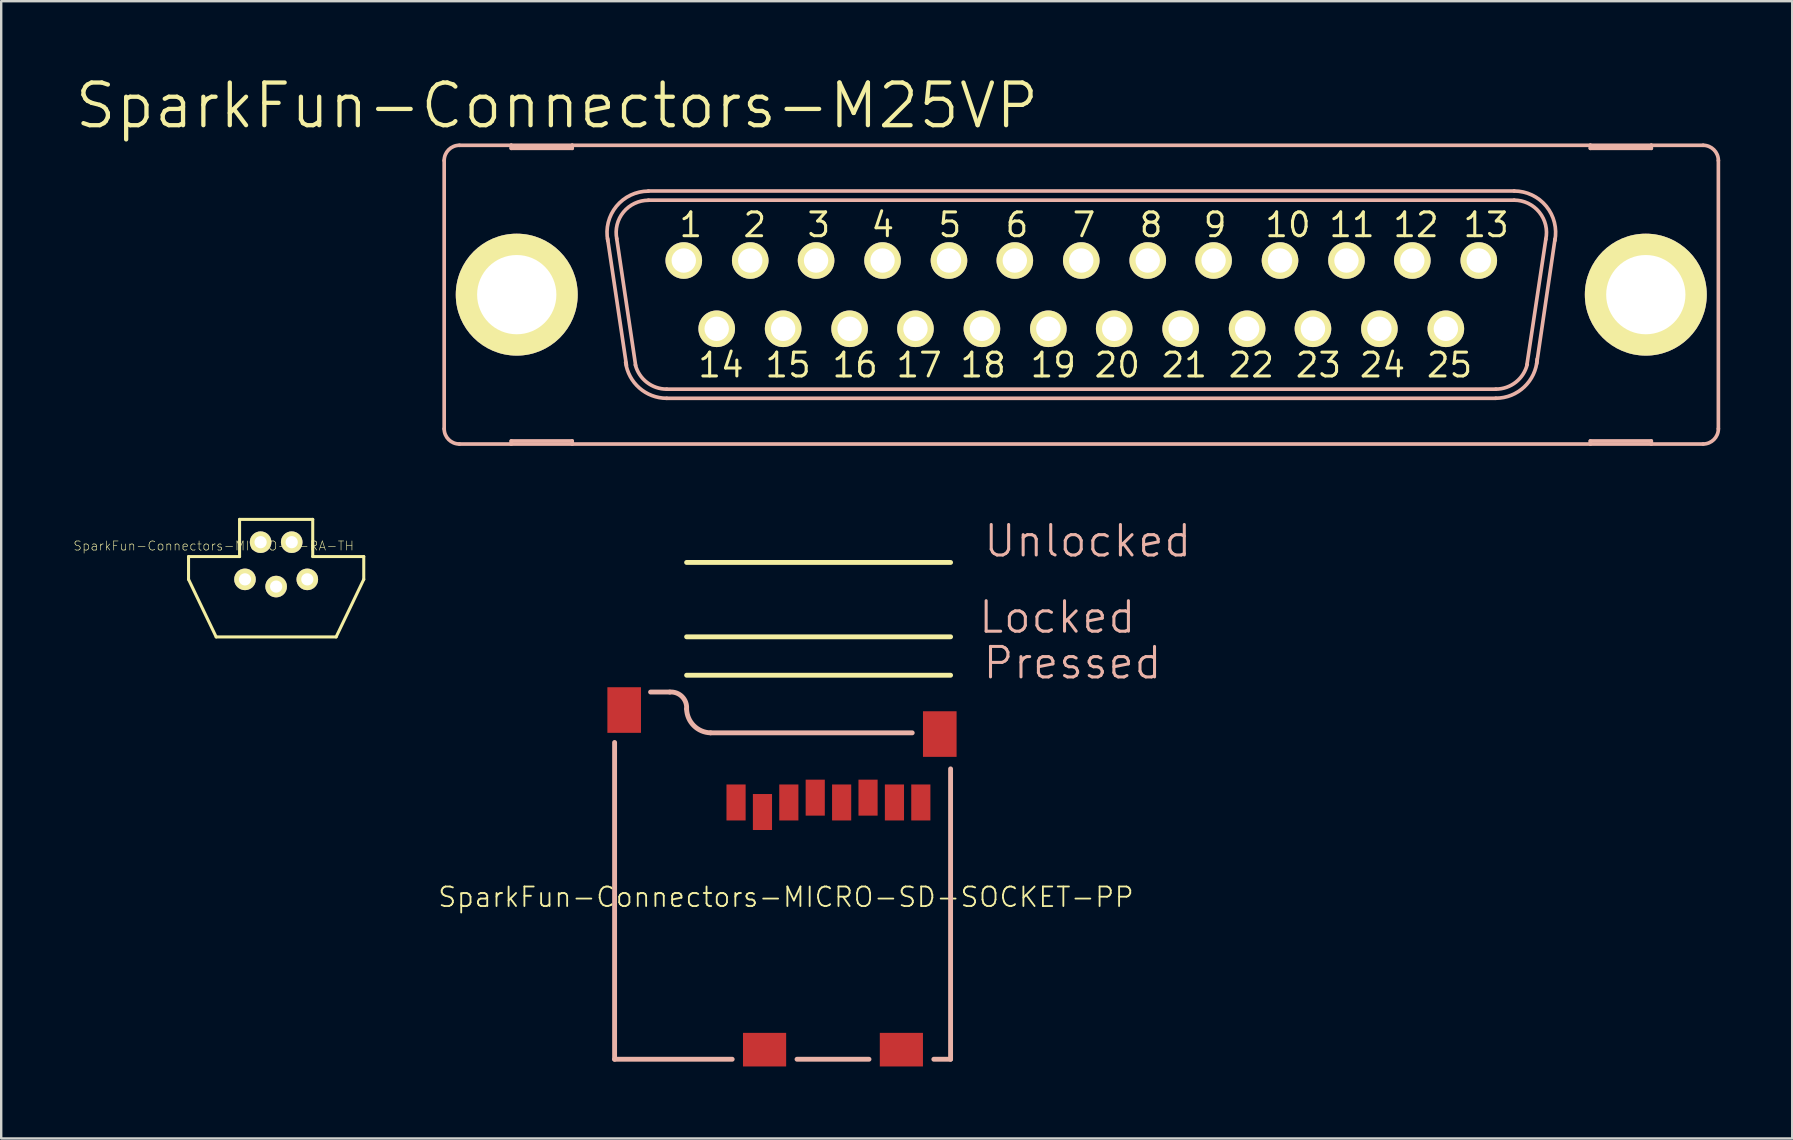
<source format=kicad_pcb>
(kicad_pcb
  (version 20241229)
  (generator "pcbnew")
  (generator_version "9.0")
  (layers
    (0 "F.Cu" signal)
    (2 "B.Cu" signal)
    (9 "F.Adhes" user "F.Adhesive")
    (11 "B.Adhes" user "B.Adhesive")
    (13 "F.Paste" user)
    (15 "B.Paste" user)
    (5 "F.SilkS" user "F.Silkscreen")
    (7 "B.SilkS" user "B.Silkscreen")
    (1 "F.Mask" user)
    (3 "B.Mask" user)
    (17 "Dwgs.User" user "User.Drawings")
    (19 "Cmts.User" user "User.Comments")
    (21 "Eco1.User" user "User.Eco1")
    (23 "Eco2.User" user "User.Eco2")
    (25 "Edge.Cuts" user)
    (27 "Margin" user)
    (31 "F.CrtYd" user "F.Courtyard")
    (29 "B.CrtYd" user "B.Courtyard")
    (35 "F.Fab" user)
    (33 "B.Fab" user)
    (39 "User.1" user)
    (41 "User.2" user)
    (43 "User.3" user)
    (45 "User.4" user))
  (footprint "SparkFun-Connectors-MICRO-B-RA-TH"
    (layer "F.Cu")
    (at 8.455 20.138)
    (property "Reference" "SparkFun-Connectors-MICRO-B-RA-TH" (at -2.603 -0.445 180) (layer "F.SilkS") (effects (font (size 0.381 0.381) (thickness 0.025))))
    (attr exclude_from_pos_files exclude_from_bom)
    (fp_line (start -3.65 0) (end -3.65 0.95) (stroke (width 0.127) (type solid)) (layer "F.SilkS"))
    (fp_line (start -3.65 0.95) (end -2.499 3.348) (stroke (width 0.127) (type solid)) (layer "F.SilkS"))
    (fp_line (start -2.499 3.348) (end 2.499 3.348) (stroke (width 0.127) (type solid)) (layer "F.SilkS"))
    (fp_line (start -1.524 -1.549) (end 1.524 -1.549) (stroke (width 0.127) (type solid)) (layer "F.SilkS"))
    (fp_line (start -1.524 0) (end -3.65 0) (stroke (width 0.127) (type solid)) (layer "F.SilkS"))
    (fp_line (start -1.524 0) (end -1.524 -1.549) (stroke (width 0.127) (type solid)) (layer "F.SilkS"))
    (fp_line (start 1.524 0) (end 1.524 -1.549) (stroke (width 0.127) (type solid)) (layer "F.SilkS"))
    (fp_line (start 1.524 0) (end 3.65 0) (stroke (width 0.127) (type solid)) (layer "F.SilkS"))
    (fp_line (start 3.65 0) (end 3.65 0.95) (stroke (width 0.127) (type solid)) (layer "F.SilkS"))
    (fp_line (start 3.65 0.95) (end 2.499 3.348) (stroke (width 0.127) (type solid)) (layer "F.SilkS"))
    (pad "1" thru_hole circle (at -1.298 0.95) (size 0.899 0.899) (drill 0.508) (layers "*.Cu" "F.Mask" "F.SilkS" "F.Paste"))
    (pad "2" thru_hole circle (at -0.648 -0.599) (size 0.899 0.899) (drill 0.508) (layers "*.Cu" "F.Mask" "F.SilkS" "F.Paste"))
    (pad "3" thru_hole circle (at 0 1.25) (size 0.899 0.899) (drill 0.508) (layers "*.Cu" "F.Mask" "F.SilkS" "F.Paste"))
    (pad "4" thru_hole circle (at 0.648 -0.599) (size 0.899 0.899) (drill 0.508) (layers "*.Cu" "F.Mask" "F.SilkS" "F.Paste"))
    (pad "5" thru_hole circle (at 1.298 0.95) (size 0.899 0.899) (drill 0.508) (layers "*.Cu" "F.Mask" "F.SilkS" "F.Paste")))
  (footprint "SparkFun-Connectors-M25VP"
    (layer "F.Cu")
    (at 41.999 9.226)
    (property "Reference" "SparkFun-Connectors-M25VP" (at -21.844 -7.874 0) (layer "F.SilkS") (effects (font (size 1.778 1.778) (thickness 0.178))))
    (attr exclude_from_pos_files exclude_from_bom)
    (fp_circle (center -16.561 -1.422) (end -16.688 -1.549) (stroke (width 0.203) (type solid)) (fill no) (layer "F.SilkS"))
    (fp_circle (center -15.189 1.422) (end -15.316 1.549) (stroke (width 0.203) (type solid)) (fill no) (layer "F.SilkS"))
    (fp_circle (center -13.792 -1.422) (end -13.919 -1.549) (stroke (width 0.203) (type solid)) (fill no) (layer "F.SilkS"))
    (fp_circle (center -12.421 1.422) (end -12.548 1.549) (stroke (width 0.203) (type solid)) (fill no) (layer "F.SilkS"))
    (fp_circle (center -11.049 -1.422) (end -11.176 -1.549) (stroke (width 0.203) (type solid)) (fill no) (layer "F.SilkS"))
    (fp_circle (center -9.652 1.422) (end -9.779 1.549) (stroke (width 0.203) (type solid)) (fill no) (layer "F.SilkS"))
    (fp_circle (center -8.28 -1.422) (end -8.407 -1.549) (stroke (width 0.203) (type solid)) (fill no) (layer "F.SilkS"))
    (fp_circle (center -6.909 1.422) (end -7.036 1.549) (stroke (width 0.203) (type solid)) (fill no) (layer "F.SilkS"))
    (fp_circle (center -5.512 -1.422) (end -5.639 -1.549) (stroke (width 0.203) (type solid)) (fill no) (layer "F.SilkS"))
    (fp_circle (center -4.14 1.422) (end -4.267 1.549) (stroke (width 0.203) (type solid)) (fill no) (layer "F.SilkS"))
    (fp_circle (center -2.769 -1.422) (end -2.896 -1.549) (stroke (width 0.203) (type solid)) (fill no) (layer "F.SilkS"))
    (fp_circle (center -1.372 1.422) (end -1.499 1.549) (stroke (width 0.203) (type solid)) (fill no) (layer "F.SilkS"))
    (fp_circle (center 0 -1.422) (end -0.127 -1.549) (stroke (width 0.203) (type solid)) (fill no) (layer "F.SilkS"))
    (fp_circle (center 1.372 1.422) (end 1.499 1.549) (stroke (width 0.203) (type solid)) (fill no) (layer "F.SilkS"))
    (fp_circle (center 2.769 -1.422) (end 2.896 -1.549) (stroke (width 0.203) (type solid)) (fill no) (layer "F.SilkS"))
    (fp_circle (center 4.14 1.422) (end 4.267 1.549) (stroke (width 0.203) (type solid)) (fill no) (layer "F.SilkS"))
    (fp_circle (center 5.512 -1.422) (end 5.639 -1.549) (stroke (width 0.203) (type solid)) (fill no) (layer "F.SilkS"))
    (fp_circle (center 6.909 1.422) (end 7.036 1.549) (stroke (width 0.203) (type solid)) (fill no) (layer "F.SilkS"))
    (fp_circle (center 8.28 -1.422) (end 8.407 -1.549) (stroke (width 0.203) (type solid)) (fill no) (layer "F.SilkS"))
    (fp_circle (center 9.652 1.422) (end 9.779 1.549) (stroke (width 0.203) (type solid)) (fill no) (layer "F.SilkS"))
    (fp_circle (center 11.049 -1.422) (end 11.176 -1.549) (stroke (width 0.203) (type solid)) (fill no) (layer "F.SilkS"))
    (fp_circle (center 12.421 1.422) (end 12.548 1.549) (stroke (width 0.203) (type solid)) (fill no) (layer "F.SilkS"))
    (fp_circle (center 13.792 -1.422) (end 13.919 -1.549) (stroke (width 0.203) (type solid)) (fill no) (layer "F.SilkS"))
    (fp_circle (center 15.189 1.422) (end 15.316 1.549) (stroke (width 0.203) (type solid)) (fill no) (layer "F.SilkS"))
    (fp_circle (center 16.561 -1.422) (end 16.688 -1.549) (stroke (width 0.203) (type solid)) (fill no) (layer "F.SilkS"))
    (fp_line (start -26.543 -5.588) (end -26.543 5.588) (stroke (width 0.152) (type solid)) (layer "B.SilkS"))
    (fp_line (start -25.908 6.223) (end -23.749 6.223) (stroke (width 0.152) (type solid)) (layer "B.SilkS"))
    (fp_line (start -23.749 -6.223) (end -25.908 -6.223) (stroke (width 0.152) (type solid)) (layer "B.SilkS"))
    (fp_line (start -23.749 -6.223) (end -23.749 -6.096) (stroke (width 0.152) (type solid)) (layer "B.SilkS"))
    (fp_line (start -23.749 -6.096) (end -21.209 -6.096) (stroke (width 0.152) (type solid)) (layer "B.SilkS"))
    (fp_line (start -23.749 6.096) (end -21.209 6.096) (stroke (width 0.152) (type solid)) (layer "B.SilkS"))
    (fp_line (start -23.749 6.223) (end -23.749 6.096) (stroke (width 0.152) (type solid)) (layer "B.SilkS"))
    (fp_line (start -23.749 6.223) (end -21.209 6.223) (stroke (width 0.152) (type solid)) (layer "B.SilkS"))
    (fp_line (start -21.209 -6.223) (end -23.749 -6.223) (stroke (width 0.152) (type solid)) (layer "B.SilkS"))
    (fp_line (start -21.209 -6.096) (end -21.209 -6.223) (stroke (width 0.152) (type solid)) (layer "B.SilkS"))
    (fp_line (start -21.209 6.096) (end -21.209 6.223) (stroke (width 0.152) (type solid)) (layer "B.SilkS"))
    (fp_line (start -21.209 6.223) (end 21.209 6.223) (stroke (width 0.152) (type solid)) (layer "B.SilkS"))
    (fp_line (start -18.948 2.946) (end -19.736 -2.337) (stroke (width 0.152) (type solid)) (layer "B.SilkS"))
    (fp_line (start -18.567 2.946) (end -19.355 -2.337) (stroke (width 0.152) (type solid)) (layer "B.SilkS"))
    (fp_line (start -18.034 -4.318) (end 18.034 -4.318) (stroke (width 0.152) (type solid)) (layer "B.SilkS"))
    (fp_line (start -18.034 -3.937) (end 18.034 -3.937) (stroke (width 0.152) (type solid)) (layer "B.SilkS"))
    (fp_line (start -17.272 3.937) (end 17.272 3.937) (stroke (width 0.152) (type solid)) (layer "B.SilkS"))
    (fp_line (start -17.272 4.318) (end 17.272 4.318) (stroke (width 0.152) (type solid)) (layer "B.SilkS"))
    (fp_line (start 19.355 -2.311) (end 18.567 2.921) (stroke (width 0.152) (type solid)) (layer "B.SilkS"))
    (fp_line (start 19.736 -2.311) (end 18.974 2.87) (stroke (width 0.152) (type solid)) (layer "B.SilkS"))
    (fp_line (start 21.209 -6.223) (end -21.209 -6.223) (stroke (width 0.152) (type solid)) (layer "B.SilkS"))
    (fp_line (start 21.209 -6.223) (end 21.209 -6.096) (stroke (width 0.152) (type solid)) (layer "B.SilkS"))
    (fp_line (start 21.209 -6.096) (end 23.749 -6.096) (stroke (width 0.152) (type solid)) (layer "B.SilkS"))
    (fp_line (start 21.209 6.096) (end 23.749 6.096) (stroke (width 0.152) (type solid)) (layer "B.SilkS"))
    (fp_line (start 21.209 6.223) (end 21.209 6.096) (stroke (width 0.152) (type solid)) (layer "B.SilkS"))
    (fp_line (start 21.209 6.223) (end 23.749 6.223) (stroke (width 0.152) (type solid)) (layer "B.SilkS"))
    (fp_line (start 23.749 -6.223) (end 21.209 -6.223) (stroke (width 0.152) (type solid)) (layer "B.SilkS"))
    (fp_line (start 23.749 -6.096) (end 23.749 -6.223) (stroke (width 0.152) (type solid)) (layer "B.SilkS"))
    (fp_line (start 23.749 6.096) (end 23.749 6.223) (stroke (width 0.152) (type solid)) (layer "B.SilkS"))
    (fp_line (start 23.749 6.223) (end 25.908 6.223) (stroke (width 0.152) (type solid)) (layer "B.SilkS"))
    (fp_line (start 25.908 -6.223) (end 23.749 -6.223) (stroke (width 0.152) (type solid)) (layer "B.SilkS"))
    (fp_line (start 26.543 -5.588) (end 26.543 5.588) (stroke (width 0.152) (type solid)) (layer "B.SilkS"))
    (fp_arc (start -26.543 -5.588) (mid -26.357013 -6.037013) (end -25.908 -6.223) (stroke (width 0.1524) (type solid)) (layer "B.SilkS"))
    (fp_arc (start -25.908 6.223) (mid -26.357013 6.037013) (end -26.543 5.588) (stroke (width 0.1524) (type solid)) (layer "B.SilkS"))
    (fp_arc (start -19.72564 -2.25044) (mid -19.367826 -3.682187) (end -18.033801 -4.313302) (stroke (width 0.1524) (type solid)) (layer "B.SilkS"))
    (fp_arc (start -19.35226 -2.32664) (mid -19.072158 -3.441772) (end -18.03224 -3.932229) (stroke (width 0.1524) (type solid)) (layer "B.SilkS"))
    (fp_arc (start -17.272 3.937) (mid -18.096791 3.655415) (end -18.577188 2.928236) (stroke (width 0.1524) (type solid)) (layer "B.SilkS"))
    (fp_arc (start -17.272 4.318) (mid -18.410733 3.888069) (end -18.984341 2.814511) (stroke (width 0.1524) (type solid)) (layer "B.SilkS"))
    (fp_arc (start 18.034 -4.318) (mid 19.370628 -3.686179) (end 19.730797 -2.252285) (stroke (width 0.1524) (type solid)) (layer "B.SilkS"))
    (fp_arc (start 18.034 -3.937) (mid 19.083648 -3.435219) (end 19.35228 -2.303238) (stroke (width 0.1524) (type solid)) (layer "B.SilkS"))
    (fp_arc (start 18.5801 2.90322) (mid 18.104662 3.646284) (end 17.271518 3.936211) (stroke (width 0.1524) (type solid)) (layer "B.SilkS"))
    (fp_arc (start 18.99412 2.68478) (mid 18.456237 3.843381) (end 17.269364 4.315619) (stroke (width 0.1524) (type solid)) (layer "B.SilkS"))
    (fp_arc (start 25.908 -6.223) (mid 26.357013 -6.037013) (end 26.543 -5.588) (stroke (width 0.1524) (type solid)) (layer "B.SilkS"))
    (fp_arc (start 26.543 5.588) (mid 26.357013 6.037013) (end 25.908 6.223) (stroke (width 0.1524) (type solid)) (layer "B.SilkS"))
    (fp_circle (center -23.52 0.025) (end -24.346 0.851) (stroke (width 0.076) (type solid)) (fill no) (layer "B.SilkS"))
    (fp_circle (center 23.52 0) (end 24.346 0.826) (stroke (width 0.076) (type solid)) (fill no) (layer "B.SilkS"))
    (fp_text user "23" (at 9.881 2.934 0) (layer "F.SilkS") (effects (font (size 0.991 0.991) (thickness 0.127))))
    (fp_text user "21" (at 4.293 2.934 0) (layer "F.SilkS") (effects (font (size 0.991 0.991) (thickness 0.127))))
    (fp_text user "14" (at -15.011 2.934 0) (layer "F.SilkS") (effects (font (size 0.991 0.991) (thickness 0.127))))
    (fp_text user "25" (at 15.342 2.934 0) (layer "F.SilkS") (effects (font (size 0.991 0.991) (thickness 0.127))))
    (fp_text user "10" (at 8.611 -2.908 0) (layer "F.SilkS") (effects (font (size 0.991 0.991) (thickness 0.127))))
    (fp_text user "22" (at 7.087 2.934 0) (layer "F.SilkS") (effects (font (size 0.991 0.991) (thickness 0.127))))
    (fp_text user "13" (at 16.866 -2.908 0) (layer "F.SilkS") (effects (font (size 0.991 0.991) (thickness 0.127))))
    (fp_text user "18" (at -4.089 2.934 0) (layer "F.SilkS") (effects (font (size 0.991 0.991) (thickness 0.127))))
    (fp_text user "16" (at -9.423 2.934 0) (layer "F.SilkS") (effects (font (size 0.991 0.991) (thickness 0.127))))
    (fp_text user "15" (at -12.217 2.934 0) (layer "F.SilkS") (effects (font (size 0.991 0.991) (thickness 0.127))))
    (fp_text user "5" (at -5.474 -2.908 0) (layer "F.SilkS") (effects (font (size 0.991 0.991) (thickness 0.127))))
    (fp_text user "3" (at -10.935 -2.908 0) (layer "F.SilkS") (effects (font (size 0.991 0.991) (thickness 0.127))))
    (fp_text user "8" (at 2.908 -2.908 0) (layer "F.SilkS") (effects (font (size 0.991 0.991) (thickness 0.127))))
    (fp_text user "9" (at 5.575 -2.908 0) (layer "F.SilkS") (effects (font (size 0.991 0.991) (thickness 0.127))))
    (fp_text user "1" (at -16.269 -2.908 0) (layer "F.SilkS") (effects (font (size 0.991 0.991) (thickness 0.127))))
    (fp_text user "12" (at 13.945 -2.908 0) (layer "F.SilkS") (effects (font (size 0.991 0.991) (thickness 0.127))))
    (fp_text user "20" (at 1.499 2.934 0) (layer "F.SilkS") (effects (font (size 0.991 0.991) (thickness 0.127))))
    (fp_text user "17" (at -6.756 2.934 0) (layer "F.SilkS") (effects (font (size 0.991 0.991) (thickness 0.127))))
    (fp_text user "11" (at 11.278 -2.908 0) (layer "F.SilkS") (effects (font (size 0.991 0.991) (thickness 0.127))))
    (fp_text user "19" (at -1.168 2.934 0) (layer "F.SilkS") (effects (font (size 0.991 0.991) (thickness 0.127))))
    (fp_text user "4" (at -8.268 -2.908 0) (layer "F.SilkS") (effects (font (size 0.991 0.991) (thickness 0.127))))
    (fp_text user "24" (at 12.548 2.934 0) (layer "F.SilkS") (effects (font (size 0.991 0.991) (thickness 0.127))))
    (fp_text user "7" (at 0.114 -2.908 0) (layer "F.SilkS") (effects (font (size 0.991 0.991) (thickness 0.127))))
    (fp_text user "2" (at -13.602 -2.908 0) (layer "F.SilkS") (effects (font (size 0.991 0.991) (thickness 0.127))))
    (fp_text user "6" (at -2.68 -2.908 0) (layer "F.SilkS") (effects (font (size 0.991 0.991) (thickness 0.127))))
    (pad "1" thru_hole circle (at -16.561 -1.422) (size 1.524 1.524) (drill 1.016) (layers "*.Cu" "F.Mask" "F.SilkS" "F.Paste"))
    (pad "2" thru_hole circle (at -13.792 -1.422) (size 1.524 1.524) (drill 1.016) (layers "*.Cu" "F.Mask" "F.SilkS" "F.Paste"))
    (pad "3" thru_hole circle (at -11.049 -1.422) (size 1.524 1.524) (drill 1.016) (layers "*.Cu" "F.Mask" "F.SilkS" "F.Paste"))
    (pad "4" thru_hole circle (at -8.28 -1.422) (size 1.524 1.524) (drill 1.016) (layers "*.Cu" "F.Mask" "F.SilkS" "F.Paste"))
    (pad "5" thru_hole circle (at -5.512 -1.422) (size 1.524 1.524) (drill 1.016) (layers "*.Cu" "F.Mask" "F.SilkS" "F.Paste"))
    (pad "6" thru_hole circle (at -2.769 -1.422) (size 1.524 1.524) (drill 1.016) (layers "*.Cu" "F.Mask" "F.SilkS" "F.Paste"))
    (pad "7" thru_hole circle (at 0 -1.422) (size 1.524 1.524) (drill 1.016) (layers "*.Cu" "F.Mask" "F.SilkS" "F.Paste"))
    (pad "8" thru_hole circle (at 2.769 -1.422) (size 1.524 1.524) (drill 1.016) (layers "*.Cu" "F.Mask" "F.SilkS" "F.Paste"))
    (pad "9" thru_hole circle (at 5.512 -1.422) (size 1.524 1.524) (drill 1.016) (layers "*.Cu" "F.Mask" "F.SilkS" "F.Paste"))
    (pad "10" thru_hole circle (at 8.28 -1.422) (size 1.524 1.524) (drill 1.016) (layers "*.Cu" "F.Mask" "F.SilkS" "F.Paste"))
    (pad "11" thru_hole circle (at 11.049 -1.422) (size 1.524 1.524) (drill 1.016) (layers "*.Cu" "F.Mask" "F.SilkS" "F.Paste"))
    (pad "12" thru_hole circle (at 13.792 -1.422) (size 1.524 1.524) (drill 1.016) (layers "*.Cu" "F.Mask" "F.SilkS" "F.Paste"))
    (pad "13" thru_hole circle (at 16.561 -1.422) (size 1.524 1.524) (drill 1.016) (layers "*.Cu" "F.Mask" "F.SilkS" "F.Paste"))
    (pad "14" thru_hole circle (at -15.189 1.422) (size 1.524 1.524) (drill 1.016) (layers "*.Cu" "F.Mask" "F.SilkS" "F.Paste"))
    (pad "15" thru_hole circle (at -12.421 1.422) (size 1.524 1.524) (drill 1.016) (layers "*.Cu" "F.Mask" "F.SilkS" "F.Paste"))
    (pad "16" thru_hole circle (at -9.652 1.422) (size 1.524 1.524) (drill 1.016) (layers "*.Cu" "F.Mask" "F.SilkS" "F.Paste"))
    (pad "17" thru_hole circle (at -6.909 1.422) (size 1.524 1.524) (drill 1.016) (layers "*.Cu" "F.Mask" "F.SilkS" "F.Paste"))
    (pad "18" thru_hole circle (at -4.14 1.422) (size 1.524 1.524) (drill 1.016) (layers "*.Cu" "F.Mask" "F.SilkS" "F.Paste"))
    (pad "19" thru_hole circle (at -1.372 1.422) (size 1.524 1.524) (drill 1.016) (layers "*.Cu" "F.Mask" "F.SilkS" "F.Paste"))
    (pad "20" thru_hole circle (at 1.372 1.422) (size 1.524 1.524) (drill 1.016) (layers "*.Cu" "F.Mask" "F.SilkS" "F.Paste"))
    (pad "21" thru_hole circle (at 4.14 1.422) (size 1.524 1.524) (drill 1.016) (layers "*.Cu" "F.Mask" "F.SilkS" "F.Paste"))
    (pad "22" thru_hole circle (at 6.909 1.422) (size 1.524 1.524) (drill 1.016) (layers "*.Cu" "F.Mask" "F.SilkS" "F.Paste"))
    (pad "23" thru_hole circle (at 9.652 1.422) (size 1.524 1.524) (drill 1.016) (layers "*.Cu" "F.Mask" "F.SilkS" "F.Paste"))
    (pad "24" thru_hole circle (at 12.421 1.422) (size 1.524 1.524) (drill 1.016) (layers "*.Cu" "F.Mask" "F.SilkS" "F.Paste"))
    (pad "25" thru_hole circle (at 15.189 1.422) (size 1.524 1.524) (drill 1.016) (layers "*.Cu" "F.Mask" "F.SilkS" "F.Paste"))
    (pad "G1" thru_hole circle (at -23.52 0) (size 5.08 5.08) (drill 3.302) (layers "*.Cu" "F.Mask" "F.SilkS" "F.Paste"))
    (pad "G2" thru_hole circle (at 23.52 0) (size 5.08 5.08) (drill 3.302) (layers "*.Cu" "F.Mask" "F.SilkS" "F.Paste")))
  (footprint "SparkFun-Connectors-MICRO-SD-SOCKET-PP"
    (layer "F.Cu")
    (at 36.554 41.081)
    (property "Reference" "SparkFun-Connectors-MICRO-SD-SOCKET-PP" (at -6.858 -6.756 0) (layer "F.SilkS") (effects (font (size 0.813 0.813) (thickness 0.076))))
    (attr smd)
    (fp_line (start -10.998 -15.999) (end 0 -15.999) (stroke (width 0.203) (type solid)) (layer "F.SilkS"))
    (fp_line (start 0 -20.698) (end -10.998 -20.698) (stroke (width 0.203) (type solid)) (layer "F.SilkS"))
    (fp_line (start 0 -17.6) (end -10.998 -17.6) (stroke (width 0.203) (type solid)) (layer "F.SilkS"))
    (fp_line (start -13.998 0) (end -13.998 -13.198) (stroke (width 0.203) (type solid)) (layer "B.SilkS"))
    (fp_line (start -13.998 0) (end -9.098 0) (stroke (width 0.203) (type solid)) (layer "B.SilkS"))
    (fp_line (start -11.699 -15.298) (end -12.499 -15.298) (stroke (width 0.203) (type solid)) (layer "B.SilkS"))
    (fp_line (start -10 -13.599) (end -1.598 -13.599) (stroke (width 0.203) (type solid)) (layer "B.SilkS"))
    (fp_line (start -3.399 0) (end -6.398 0) (stroke (width 0.203) (type solid)) (layer "B.SilkS"))
    (fp_line (start 0 -12.098) (end 0 0) (stroke (width 0.203) (type solid)) (layer "B.SilkS"))
    (fp_line (start 0 0) (end -0.699 0) (stroke (width 0.203) (type solid)) (layer "B.SilkS"))
    (fp_arc (start -11.69924 -15.29842) (mid -11.188194 -15.110312) (end -10.997998 -14.60004) (stroke (width 0.2032) (type solid)) (layer "B.SilkS"))
    (fp_arc (start -9.99998 -13.59916) (mid -10.698882 -13.89902) (end -10.998219 -14.598146) (stroke (width 0.2032) (type solid)) (layer "B.SilkS"))
    (fp_text user "Locked" (at 4.445 -18.415 0) (layer "B.SilkS") (effects (font (size 1.27 1.27) (thickness 0.127))))
    (fp_text user "Unlocked" (at 5.715 -21.59 0) (layer "B.SilkS") (effects (font (size 1.27 1.27) (thickness 0.127))))
    (fp_text user "Pressed" (at 5.08 -16.51 0) (layer "B.SilkS") (effects (font (size 1.27 1.27) (thickness 0.127))))
    (pad "CD1" smd rect (at -2.05 -0.399) (size 1.798 1.4) (layers "F.Cu" "F.Mask" "F.Paste"))
    (pad "CD2" smd rect (at -7.75 -0.399) (size 1.798 1.4) (layers "F.Cu" "F.Mask" "F.Paste"))
    (pad "CS" smd rect (at -7.838 -10.3) (size 0.798 1.499) (layers "F.Cu" "F.Mask" "F.Paste"))
    (pad "DI" smd rect (at -6.739 -10.698) (size 0.798 1.499) (layers "F.Cu" "F.Mask" "F.Paste"))
    (pad "DO" smd rect (at -2.339 -10.698) (size 0.798 1.499) (layers "F.Cu" "F.Mask" "F.Paste"))
    (pad "GND" smd rect (at -3.439 -10.899) (size 0.798 1.499) (layers "F.Cu" "F.Mask" "F.Paste"))
    (pad "GND1" smd rect (at -13.599 -14.549) (size 1.4 1.9) (layers "F.Cu" "F.Mask" "F.Paste"))
    (pad "GND3" smd rect (at -0.45 -13.548) (size 1.4 1.9) (layers "F.Cu" "F.Mask" "F.Paste"))
    (pad "RSV1" smd rect (at -8.938 -10.698) (size 0.798 1.499) (layers "F.Cu" "F.Mask" "F.Paste"))
    (pad "RSV2" smd rect (at -1.24 -10.698) (size 0.798 1.499) (layers "F.Cu" "F.Mask" "F.Paste"))
    (pad "SCLK" smd rect (at -4.539 -10.698) (size 0.798 1.499) (layers "F.Cu" "F.Mask" "F.Paste"))
    (pad "VCC" smd rect (at -5.639 -10.899) (size 0.798 1.499) (layers "F.Cu" "F.Mask" "F.Paste")))
  (gr_rect
    (start -3 -3)
    (end 71.618 44.382)
    (stroke (width 0.1) (type default))
    (fill no)
    (layer "Edge.Cuts")))
</source>
